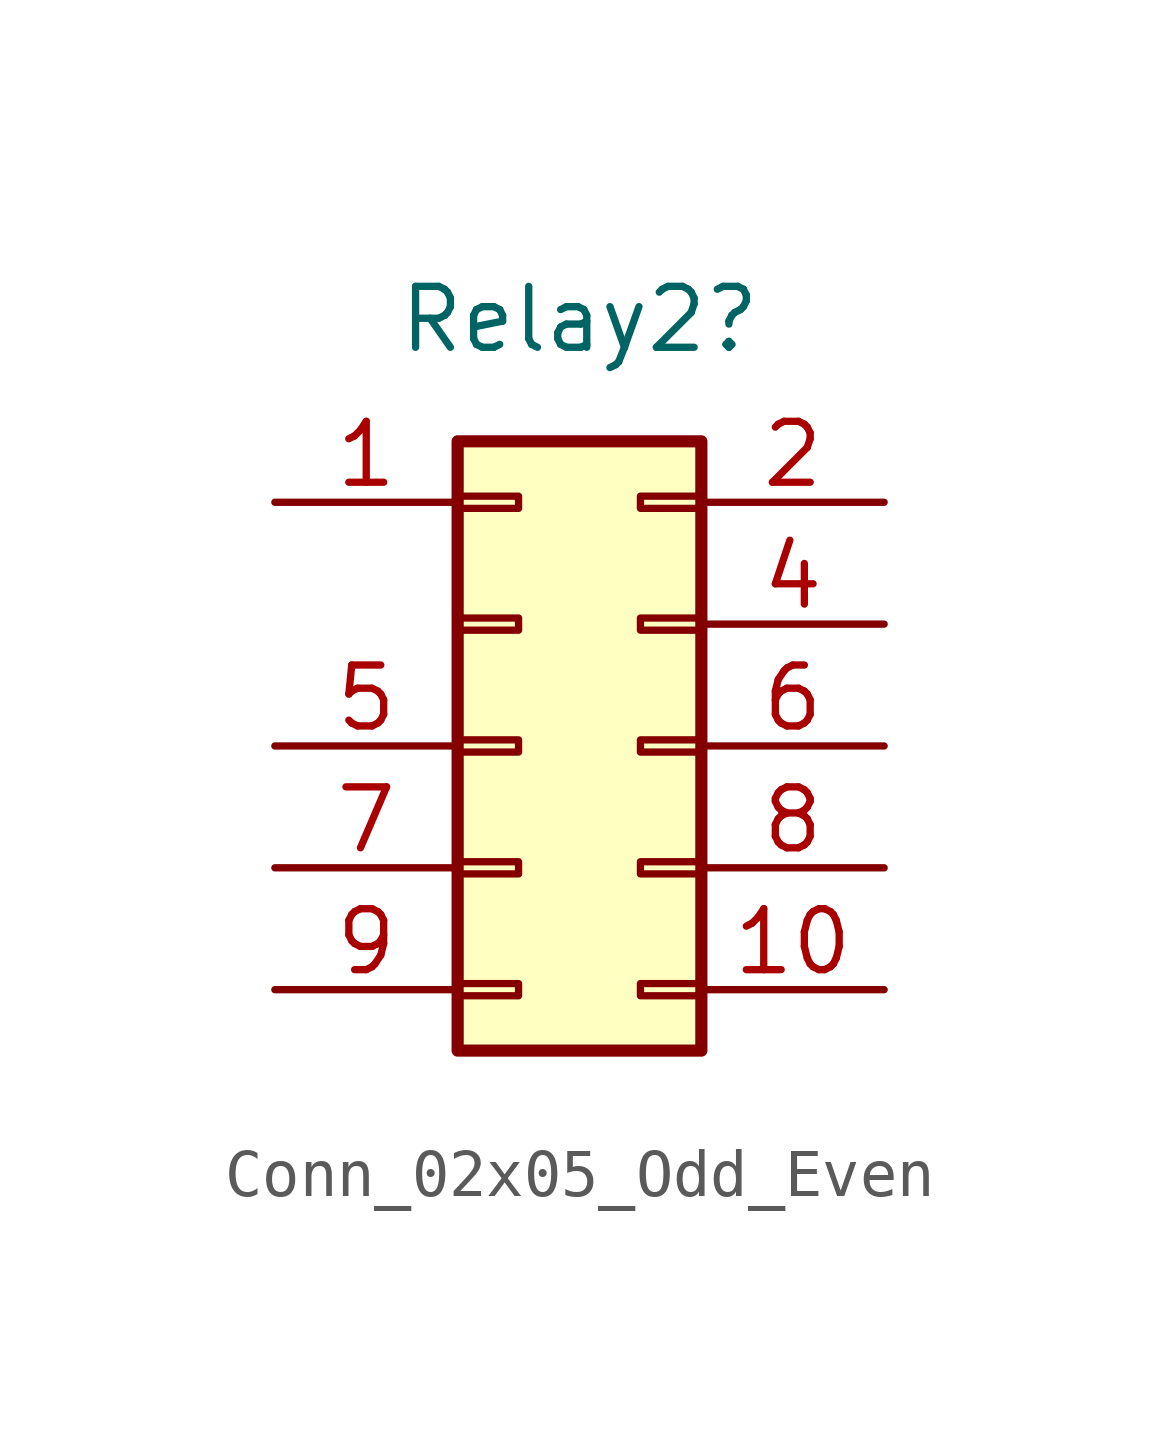
<source format=kicad_sym>
(kicad_symbol_lib
  (version 20211014)
  (generator kicad_symbol_editor)
  (symbol "Conn_02x05_Odd_Even"
    (pin_names
      (offset 1.016) hide)
    (property "Reference" "Relay2"
      (at 1.27 8.89 0)
      (effects (font (size 1.27 1.27))))
    (symbol "Conn_02x05_Odd_Even_1_1"
      (rectangle (start -1.27 -4.953) (end 0 -5.207) (stroke (width 0.152) (type default) (color 0 0 0 0)) (fill (type none)))
      (rectangle (start -1.27 -2.413) (end 0 -2.667) (stroke (width 0.152) (type default) (color 0 0 0 0)) (fill (type none)))
      (rectangle (start -1.27 0.127) (end 0 -0.127) (stroke (width 0.152) (type default) (color 0 0 0 0)) (fill (type none)))
      (rectangle (start -1.27 2.667) (end 0 2.413) (stroke (width 0.152) (type default) (color 0 0 0 0)) (fill (type none)))
      (rectangle (start -1.27 5.207) (end 0 4.953) (stroke (width 0.152) (type default) (color 0 0 0 0)) (fill (type none)))
      (rectangle (start -1.27 6.35) (end 3.81 -6.35) (stroke (width 0.254) (type default) (color 0 0 0 0)) (fill (type background)))
      (rectangle (start 3.81 -4.953) (end 2.54 -5.207) (stroke (width 0.152) (type default) (color 0 0 0 0)) (fill (type none)))
      (rectangle (start 3.81 -2.413) (end 2.54 -2.667) (stroke (width 0.152) (type default) (color 0 0 0 0)) (fill (type none)))
      (rectangle (start 3.81 0.127) (end 2.54 -0.127) (stroke (width 0.152) (type default) (color 0 0 0 0)) (fill (type none)))
      (rectangle (start 3.81 2.667) (end 2.54 2.413) (stroke (width 0.152) (type default) (color 0 0 0 0)) (fill (type none)))
      (rectangle (start 3.81 5.207) (end 2.54 4.953) (stroke (width 0.152) (type default) (color 0 0 0 0)) (fill (type none)))
      (pin passive line (at -5.08 5.08 0) (length 3.81) (name "Pin_1" (effects (font (size 1.27 1.27)))) (number "1" (effects (font (size 1.27 1.27)))))
      (pin passive line (at 7.62 -5.08 180) (length 3.81) (name "Pin_10" (effects (font (size 1.27 1.27)))) (number "10" (effects (font (size 1.27 1.27)))))
      (pin passive line (at 7.62 5.08 180) (length 3.81) (name "Pin_2" (effects (font (size 1.27 1.27)))) (number "2" (effects (font (size 1.27 1.27)))))
      (pin passive line (at 7.62 2.54 180) (length 3.81) (name "Pin_4" (effects (font (size 1.27 1.27)))) (number "4" (effects (font (size 1.27 1.27)))))
      (pin passive line (at -5.08 0 0) (length 3.81) (name "Pin_5" (effects (font (size 1.27 1.27)))) (number "5" (effects (font (size 1.27 1.27)))))
      (pin passive line (at 7.62 0 180) (length 3.81) (name "Pin_6" (effects (font (size 1.27 1.27)))) (number "6" (effects (font (size 1.27 1.27)))))
      (pin passive line (at -5.08 -2.54 0) (length 3.81) (name "Pin_7" (effects (font (size 1.27 1.27)))) (number "7" (effects (font (size 1.27 1.27)))))
      (pin passive line (at 7.62 -2.54 180) (length 3.81) (name "Pin_8" (effects (font (size 1.27 1.27)))) (number "8" (effects (font (size 1.27 1.27)))))
      (pin passive line (at -5.08 -5.08 0) (length 3.81) (name "Pin_9" (effects (font (size 1.27 1.27)))) (number "9" (effects (font (size 1.27 1.27))))))))
</source>
